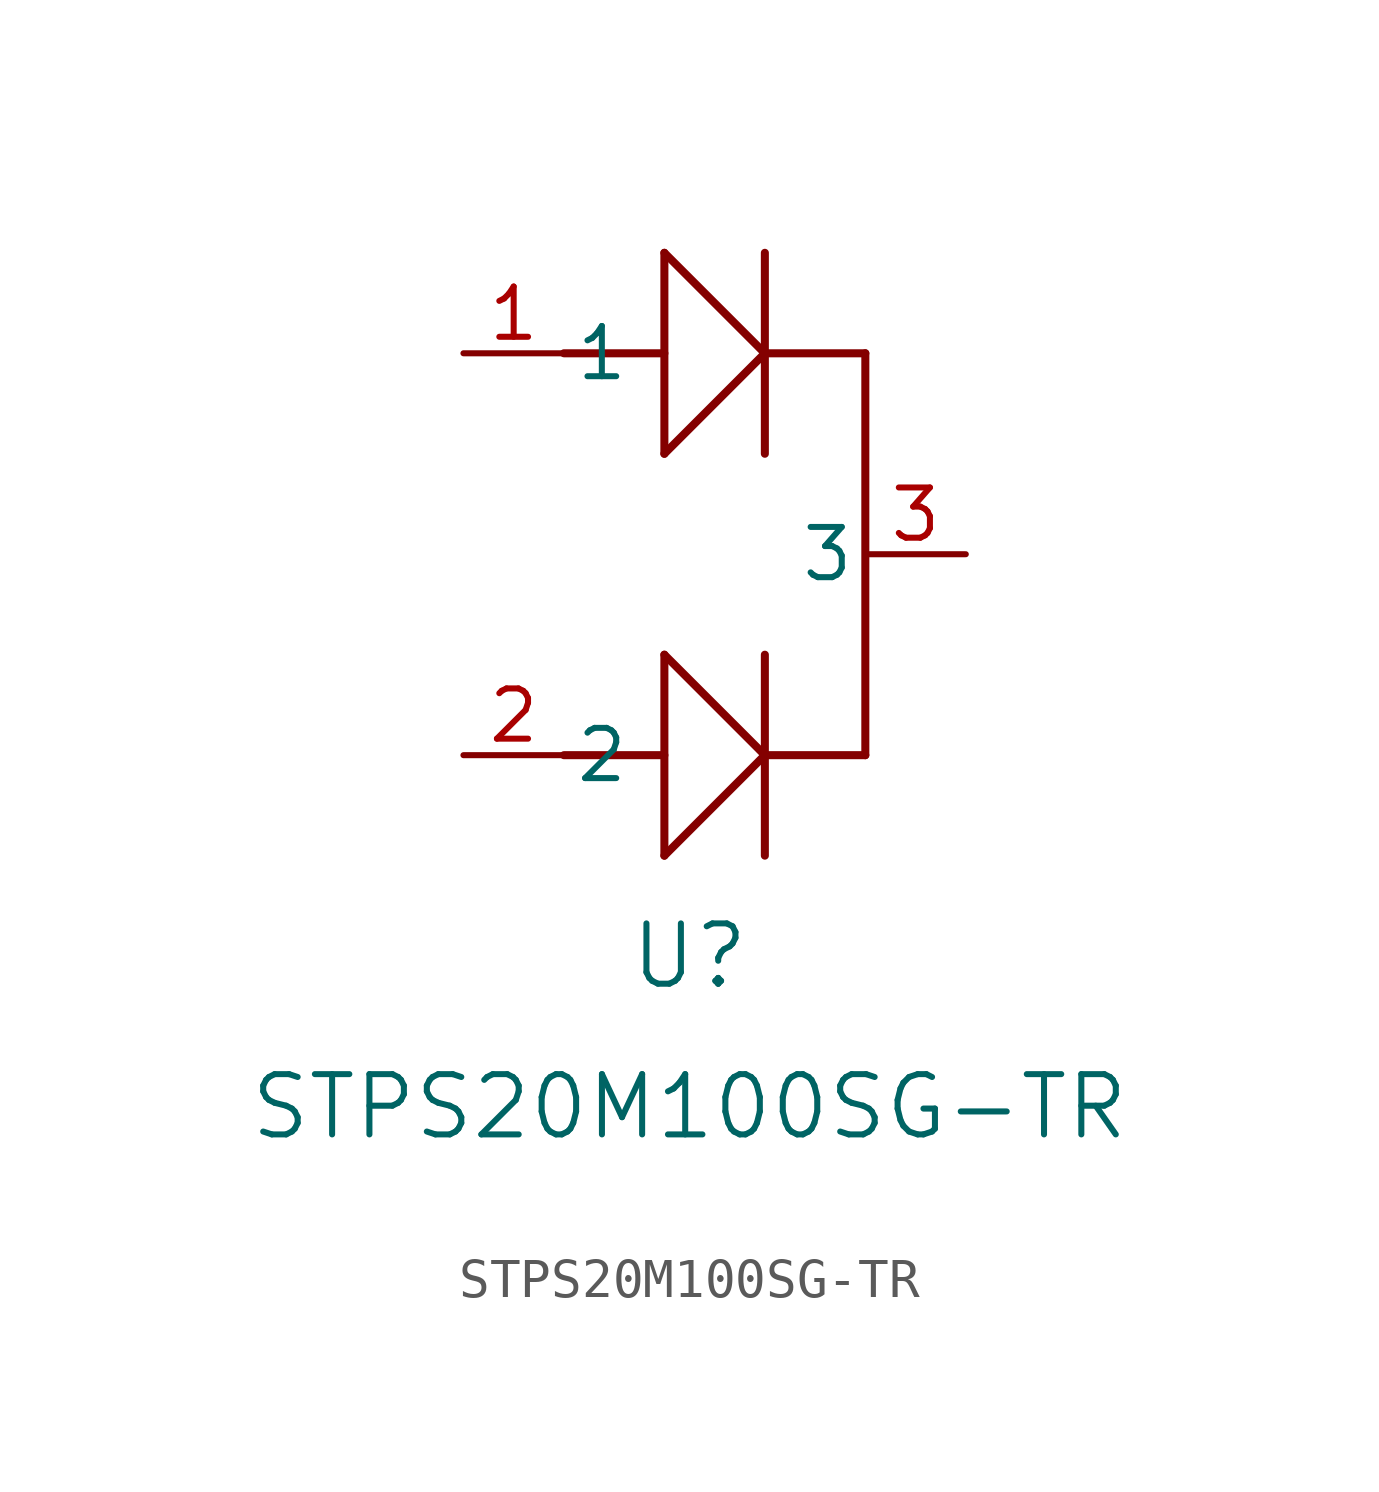
<source format=kicad_sym>
(kicad_symbol_lib
  (version 20211014)
  (generator kicad_symbol_editor)
  (symbol "STPS20M100SG-TR"
    (pin_names
      (offset 0.254))
    (property "Reference" "U"
      (at 5.715 -15.24 0)
      (effects (font (size 1.524 1.524))))
    (property "Value" "STPS20M100SG-TR"
      (at 5.715 -19.05 0)
      (effects (font (size 1.524 1.524))))
    (symbol "STPS20M100SG-TR_0_1"
      (polyline (pts (xy 5.08 -7.62) (xy 7.62 -10.16)) (stroke (width 0.203) (type default) (color 0 0 0 0)) (fill (type none)))
      (polyline (pts (xy 5.08 -2.54) (xy 7.62 0)) (stroke (width 0.203) (type default) (color 0 0 0 0)) (fill (type none)))
      (polyline (pts (xy 5.08 -12.7) (xy 5.08 -7.62)) (stroke (width 0.203) (type default) (color 0 0 0 0)) (fill (type none)))
      (polyline (pts (xy 5.08 2.54) (xy 5.08 -2.54)) (stroke (width 0.203) (type default) (color 0 0 0 0)) (fill (type none)))
      (polyline (pts (xy 7.62 -12.7) (xy 7.62 -7.62)) (stroke (width 0.203) (type default) (color 0 0 0 0)) (fill (type none)))
      (polyline (pts (xy 5.08 -12.7) (xy 7.62 -10.16)) (stroke (width 0.203) (type default) (color 0 0 0 0)) (fill (type none)))
      (polyline (pts (xy 7.62 2.54) (xy 7.62 -2.54)) (stroke (width 0.203) (type default) (color 0 0 0 0)) (fill (type none)))
      (polyline (pts (xy 5.08 2.54) (xy 7.62 0)) (stroke (width 0.203) (type default) (color 0 0 0 0)) (fill (type none)))
      (polyline (pts (xy 2.54 -10.16) (xy 5.08 -10.16)) (stroke (width 0.203) (type default) (color 0 0 0 0)) (fill (type none)))
      (polyline (pts (xy 10.16 -10.16) (xy 7.62 -10.16)) (stroke (width 0.203) (type default) (color 0 0 0 0)) (fill (type none)))
      (polyline (pts (xy 2.54 0) (xy 5.08 0)) (stroke (width 0.203) (type default) (color 0 0 0 0)) (fill (type none)))
      (polyline (pts (xy 10.16 0) (xy 7.62 0)) (stroke (width 0.203) (type default) (color 0 0 0 0)) (fill (type none)))
      (polyline (pts (xy 10.16 0) (xy 10.16 -10.16)) (stroke (width 0.203) (type default) (color 0 0 0 0)) (fill (type none)))
      (pin unspecified line (at 0 0 0) (length 2.54) (name "1" (effects (font (size 1.27 1.27)))) (number "1" (effects (font (size 1.27 1.27)))))
      (pin unspecified line (at 0 -10.16 0) (length 2.54) (name "2" (effects (font (size 1.27 1.27)))) (number "2" (effects (font (size 1.27 1.27)))))
      (pin unspecified line (at 12.7 -5.08 180) (length 2.54) (name "3" (effects (font (size 1.27 1.27)))) (number "3" (effects (font (size 1.27 1.27))))))))
</source>
